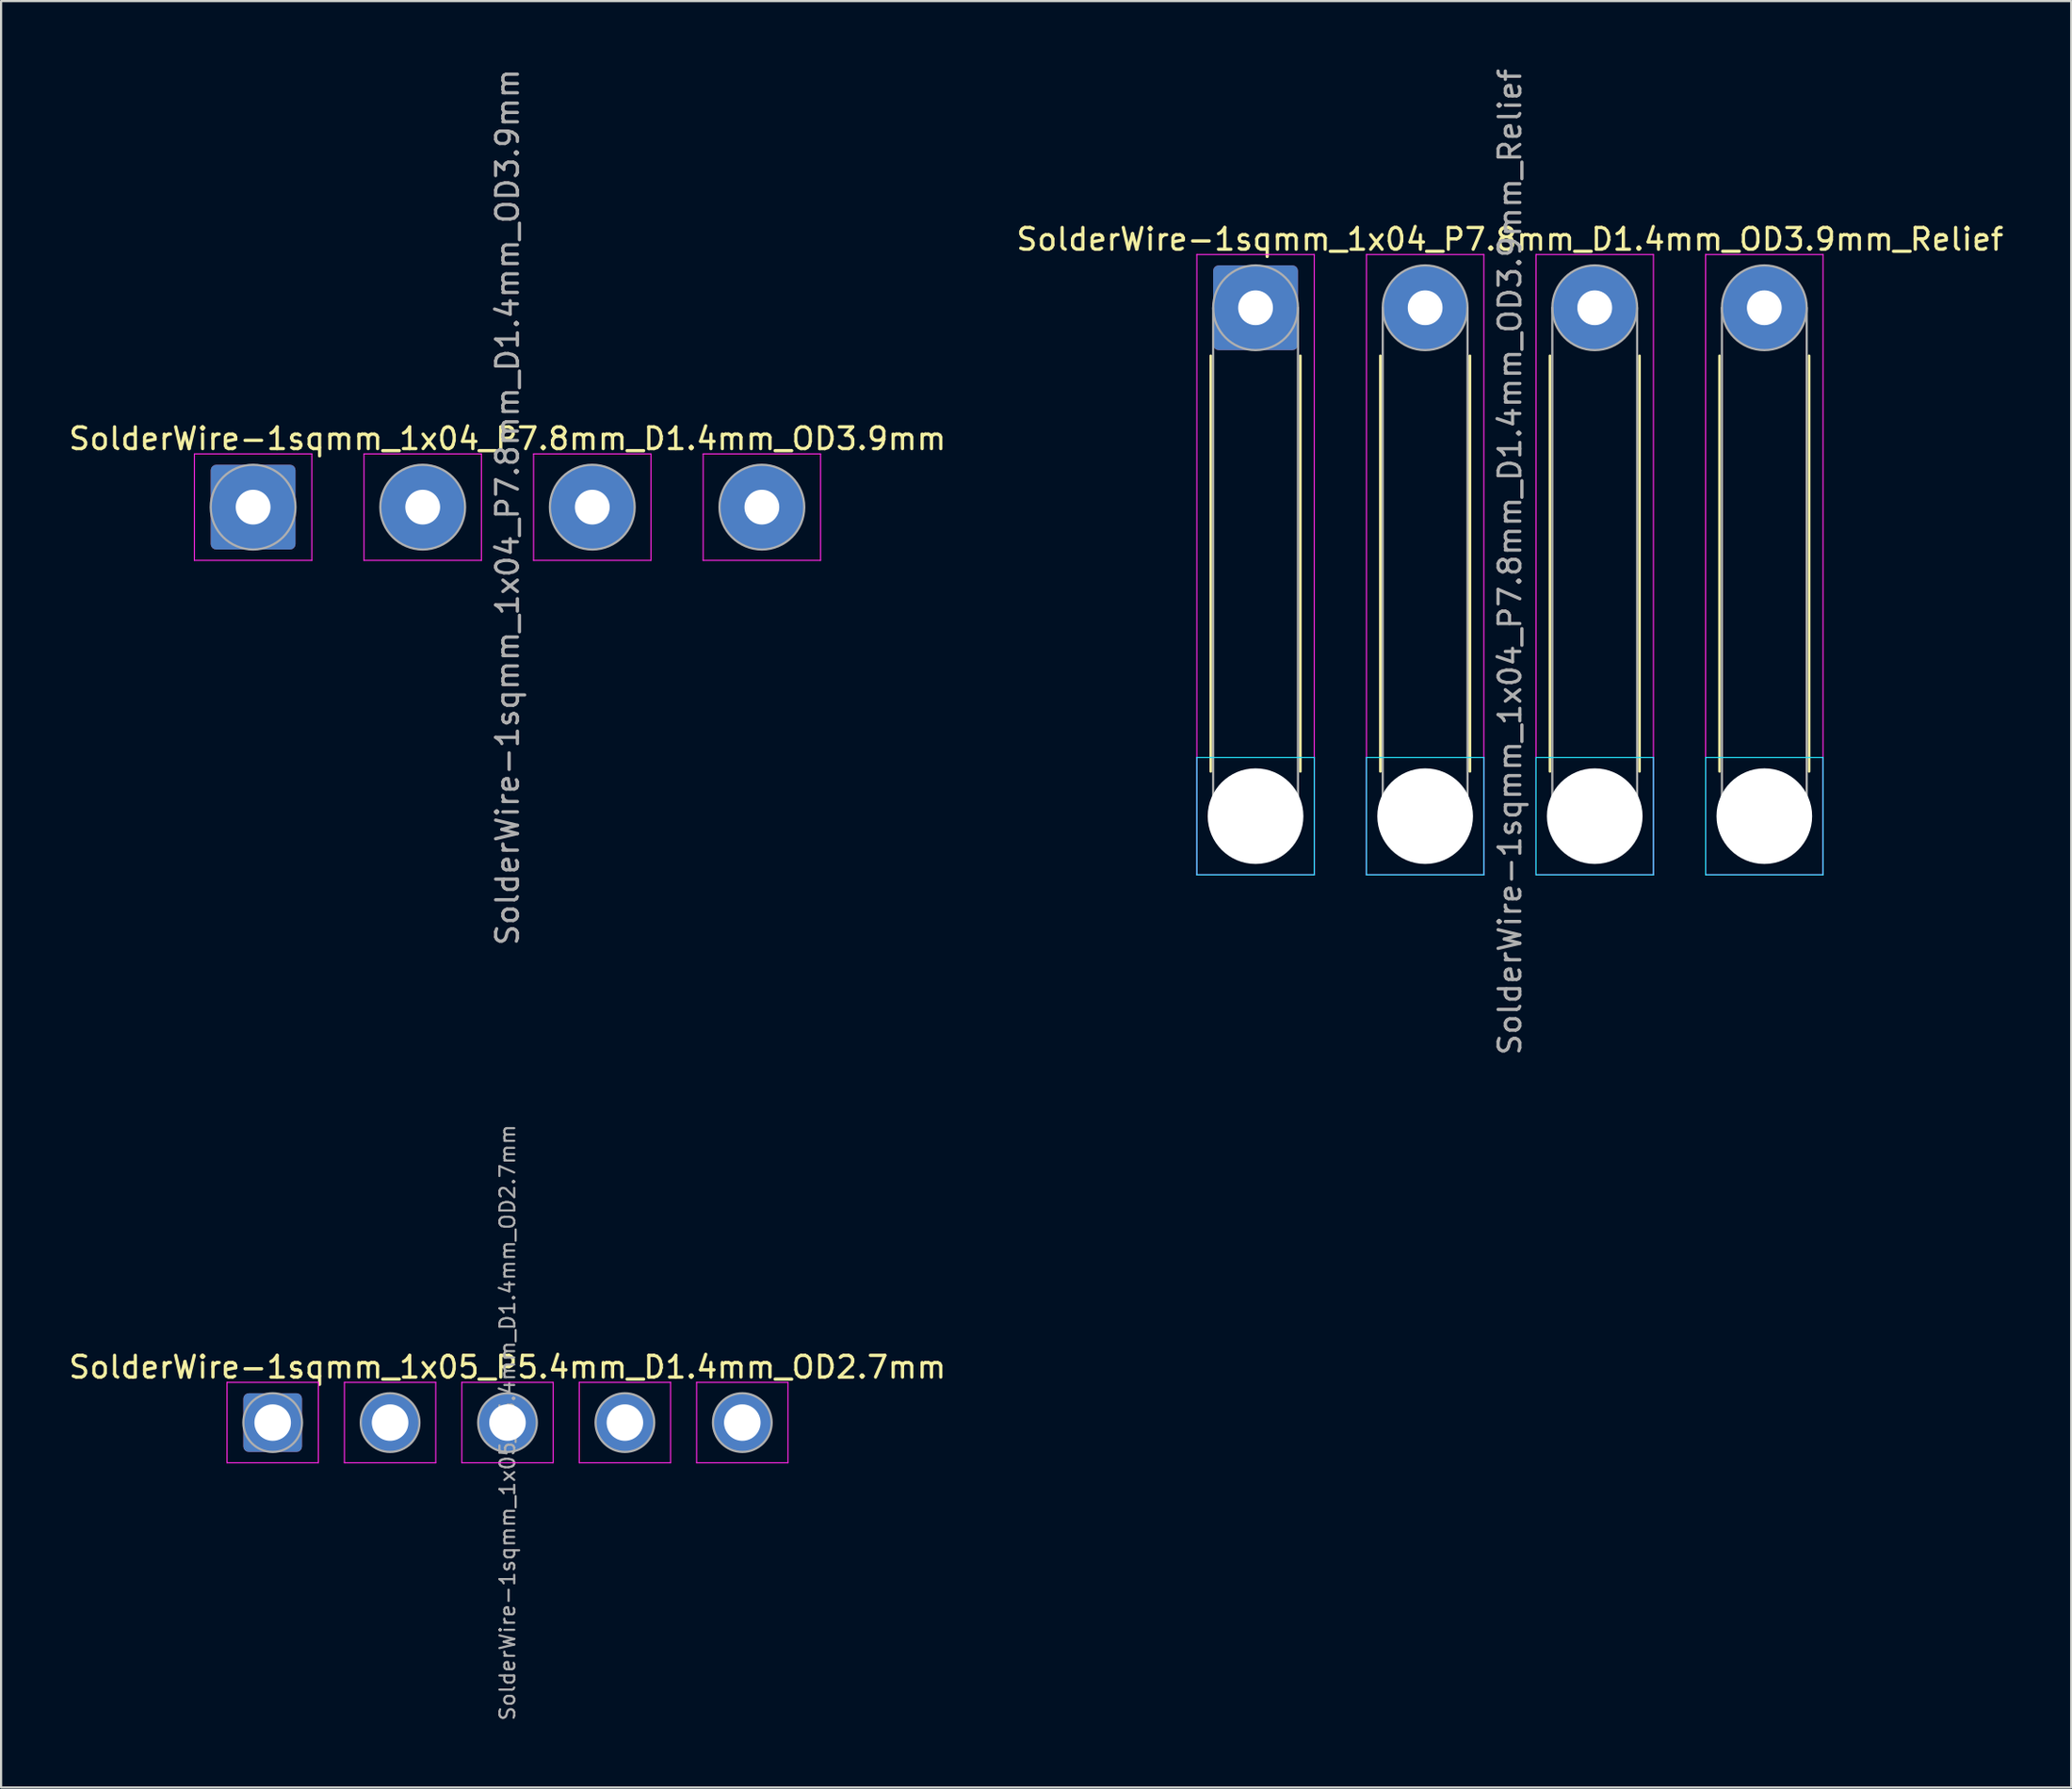
<source format=kicad_pcb>
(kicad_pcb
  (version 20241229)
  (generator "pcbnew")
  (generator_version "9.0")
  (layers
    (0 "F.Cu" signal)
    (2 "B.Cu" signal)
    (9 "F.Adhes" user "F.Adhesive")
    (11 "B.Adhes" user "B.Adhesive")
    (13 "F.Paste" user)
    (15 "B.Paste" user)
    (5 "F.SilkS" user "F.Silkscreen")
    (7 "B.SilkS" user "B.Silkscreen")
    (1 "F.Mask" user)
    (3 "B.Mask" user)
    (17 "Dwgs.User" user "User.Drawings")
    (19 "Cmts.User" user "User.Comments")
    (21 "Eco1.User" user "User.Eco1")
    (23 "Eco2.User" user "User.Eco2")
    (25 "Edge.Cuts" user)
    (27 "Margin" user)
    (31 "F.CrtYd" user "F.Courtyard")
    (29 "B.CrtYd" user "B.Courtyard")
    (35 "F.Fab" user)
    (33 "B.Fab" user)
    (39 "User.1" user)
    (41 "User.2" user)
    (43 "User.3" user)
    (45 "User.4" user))
  (footprint "SolderWire-1sqmm_1x04_P7.8mm_D1.4mm_OD3.9mm_Relief"
    (layer "F.Cu")
    (at 54.699 11.115)
    (property "Reference" "SolderWire-1sqmm_1x04_P7.8mm_D1.4mm_OD3.9mm_Relief" (at 11.7 -3.15 0) (layer "F.SilkS") (effects (font (size 1 1) (thickness 0.15))))
    (attr exclude_from_pos_files exclude_from_bom)
    (fp_line (start -2.06 2.21) (end -2.06 21.34) (stroke (width 0.12) (type solid)) (layer "F.SilkS"))
    (fp_line (start 2.06 2.21) (end 2.06 21.34) (stroke (width 0.12) (type solid)) (layer "F.SilkS"))
    (fp_line (start 5.74 2.21) (end 5.74 21.34) (stroke (width 0.12) (type solid)) (layer "F.SilkS"))
    (fp_line (start 9.86 2.21) (end 9.86 21.34) (stroke (width 0.12) (type solid)) (layer "F.SilkS"))
    (fp_line (start 13.54 2.21) (end 13.54 21.34) (stroke (width 0.12) (type solid)) (layer "F.SilkS"))
    (fp_line (start 17.66 2.21) (end 17.66 21.34) (stroke (width 0.12) (type solid)) (layer "F.SilkS"))
    (fp_line (start 21.34 2.21) (end 21.34 21.34) (stroke (width 0.12) (type solid)) (layer "F.SilkS"))
    (fp_line (start 25.46 2.21) (end 25.46 21.34) (stroke (width 0.12) (type solid)) (layer "F.SilkS"))
    (fp_line (start -2.7 20.7) (end -2.7 26.1) (stroke (width 0.05) (type solid)) (layer "B.CrtYd"))
    (fp_line (start -2.7 26.1) (end 2.7 26.1) (stroke (width 0.05) (type solid)) (layer "B.CrtYd"))
    (fp_line (start 2.7 20.7) (end -2.7 20.7) (stroke (width 0.05) (type solid)) (layer "B.CrtYd"))
    (fp_line (start 2.7 26.1) (end 2.7 20.7) (stroke (width 0.05) (type solid)) (layer "B.CrtYd"))
    (fp_line (start 5.1 20.7) (end 5.1 26.1) (stroke (width 0.05) (type solid)) (layer "B.CrtYd"))
    (fp_line (start 5.1 26.1) (end 10.5 26.1) (stroke (width 0.05) (type solid)) (layer "B.CrtYd"))
    (fp_line (start 10.5 20.7) (end 5.1 20.7) (stroke (width 0.05) (type solid)) (layer "B.CrtYd"))
    (fp_line (start 10.5 26.1) (end 10.5 20.7) (stroke (width 0.05) (type solid)) (layer "B.CrtYd"))
    (fp_line (start 12.9 20.7) (end 12.9 26.1) (stroke (width 0.05) (type solid)) (layer "B.CrtYd"))
    (fp_line (start 12.9 26.1) (end 18.3 26.1) (stroke (width 0.05) (type solid)) (layer "B.CrtYd"))
    (fp_line (start 18.3 20.7) (end 12.9 20.7) (stroke (width 0.05) (type solid)) (layer "B.CrtYd"))
    (fp_line (start 18.3 26.1) (end 18.3 20.7) (stroke (width 0.05) (type solid)) (layer "B.CrtYd"))
    (fp_line (start 20.7 20.7) (end 20.7 26.1) (stroke (width 0.05) (type solid)) (layer "B.CrtYd"))
    (fp_line (start 20.7 26.1) (end 26.1 26.1) (stroke (width 0.05) (type solid)) (layer "B.CrtYd"))
    (fp_line (start 26.1 20.7) (end 20.7 20.7) (stroke (width 0.05) (type solid)) (layer "B.CrtYd"))
    (fp_line (start 26.1 26.1) (end 26.1 20.7) (stroke (width 0.05) (type solid)) (layer "B.CrtYd"))
    (fp_line (start -2.7 -2.45) (end -2.7 26.1) (stroke (width 0.05) (type solid)) (layer "F.CrtYd"))
    (fp_line (start -2.7 26.1) (end 2.7 26.1) (stroke (width 0.05) (type solid)) (layer "F.CrtYd"))
    (fp_line (start 2.7 -2.45) (end -2.7 -2.45) (stroke (width 0.05) (type solid)) (layer "F.CrtYd"))
    (fp_line (start 2.7 26.1) (end 2.7 -2.45) (stroke (width 0.05) (type solid)) (layer "F.CrtYd"))
    (fp_line (start 5.1 -2.45) (end 5.1 26.1) (stroke (width 0.05) (type solid)) (layer "F.CrtYd"))
    (fp_line (start 5.1 26.1) (end 10.5 26.1) (stroke (width 0.05) (type solid)) (layer "F.CrtYd"))
    (fp_line (start 10.5 -2.45) (end 5.1 -2.45) (stroke (width 0.05) (type solid)) (layer "F.CrtYd"))
    (fp_line (start 10.5 26.1) (end 10.5 -2.45) (stroke (width 0.05) (type solid)) (layer "F.CrtYd"))
    (fp_line (start 12.9 -2.45) (end 12.9 26.1) (stroke (width 0.05) (type solid)) (layer "F.CrtYd"))
    (fp_line (start 12.9 26.1) (end 18.3 26.1) (stroke (width 0.05) (type solid)) (layer "F.CrtYd"))
    (fp_line (start 18.3 -2.45) (end 12.9 -2.45) (stroke (width 0.05) (type solid)) (layer "F.CrtYd"))
    (fp_line (start 18.3 26.1) (end 18.3 -2.45) (stroke (width 0.05) (type solid)) (layer "F.CrtYd"))
    (fp_line (start 20.7 -2.45) (end 20.7 26.1) (stroke (width 0.05) (type solid)) (layer "F.CrtYd"))
    (fp_line (start 20.7 26.1) (end 26.1 26.1) (stroke (width 0.05) (type solid)) (layer "F.CrtYd"))
    (fp_line (start 26.1 -2.45) (end 20.7 -2.45) (stroke (width 0.05) (type solid)) (layer "F.CrtYd"))
    (fp_line (start 26.1 26.1) (end 26.1 -2.45) (stroke (width 0.05) (type solid)) (layer "F.CrtYd"))
    (fp_line (start -1.95 0) (end -1.95 23.4) (stroke (width 0.1) (type solid)) (layer "F.Fab"))
    (fp_line (start 1.95 0) (end 1.95 23.4) (stroke (width 0.1) (type solid)) (layer "F.Fab"))
    (fp_line (start 5.85 0) (end 5.85 23.4) (stroke (width 0.1) (type solid)) (layer "F.Fab"))
    (fp_line (start 9.75 0) (end 9.75 23.4) (stroke (width 0.1) (type solid)) (layer "F.Fab"))
    (fp_line (start 13.65 0) (end 13.65 23.4) (stroke (width 0.1) (type solid)) (layer "F.Fab"))
    (fp_line (start 17.55 0) (end 17.55 23.4) (stroke (width 0.1) (type solid)) (layer "F.Fab"))
    (fp_line (start 21.45 0) (end 21.45 23.4) (stroke (width 0.1) (type solid)) (layer "F.Fab"))
    (fp_line (start 25.35 0) (end 25.35 23.4) (stroke (width 0.1) (type solid)) (layer "F.Fab"))
    (fp_circle (center 0 0) (end 1.95 0) (stroke (width 0.1) (type solid)) (fill no) (layer "F.Fab"))
    (fp_circle (center 0 23.4) (end 1.95 23.4) (stroke (width 0.1) (type solid)) (fill no) (layer "F.Fab"))
    (fp_circle (center 7.8 0) (end 9.75 0) (stroke (width 0.1) (type solid)) (fill no) (layer "F.Fab"))
    (fp_circle (center 7.8 23.4) (end 9.75 23.4) (stroke (width 0.1) (type solid)) (fill no) (layer "F.Fab"))
    (fp_circle (center 15.6 0) (end 17.55 0) (stroke (width 0.1) (type solid)) (fill no) (layer "F.Fab"))
    (fp_circle (center 15.6 23.4) (end 17.55 23.4) (stroke (width 0.1) (type solid)) (fill no) (layer "F.Fab"))
    (fp_circle (center 23.4 0) (end 25.35 0) (stroke (width 0.1) (type solid)) (fill no) (layer "F.Fab"))
    (fp_circle (center 23.4 23.4) (end 25.35 23.4) (stroke (width 0.1) (type solid)) (fill no) (layer "F.Fab"))
    (fp_text user "${REFERENCE}" (at 11.7 11.7 90) (layer "F.Fab") (effects (font (size 1 1) (thickness 0.15))))
    (pad "" np_thru_hole circle (at 0 23.4) (size 4.4 4.4) (drill 4.4) (layers "*.Cu" "*.Mask"))
    (pad "" np_thru_hole circle (at 7.8 23.4) (size 4.4 4.4) (drill 4.4) (layers "*.Cu" "*.Mask"))
    (pad "" np_thru_hole circle (at 15.6 23.4) (size 4.4 4.4) (drill 4.4) (layers "*.Cu" "*.Mask"))
    (pad "" np_thru_hole circle (at 23.4 23.4) (size 4.4 4.4) (drill 4.4) (layers "*.Cu" "*.Mask"))
    (pad "1" thru_hole roundrect (at 0 0) (size 3.9 3.9) (drill 1.6) (layers "*.Cu" "*.Mask") (roundrect_rratio 0.064))
    (pad "2" thru_hole circle (at 7.8 0) (size 3.9 3.9) (drill 1.6) (layers "*.Cu" "*.Mask"))
    (pad "3" thru_hole circle (at 15.6 0) (size 3.9 3.9) (drill 1.6) (layers "*.Cu" "*.Mask"))
    (pad "4" thru_hole circle (at 23.4 0) (size 3.9 3.9) (drill 1.6) (layers "*.Cu" "*.Mask")))
  (footprint "SolderWire-1sqmm_1x04_P7.8mm_D1.4mm_OD3.9mm"
    (layer "F.Cu")
    (at 8.592 20.292)
    (property "Reference" "SolderWire-1sqmm_1x04_P7.8mm_D1.4mm_OD3.9mm" (at 11.7 -3.15 0) (layer "F.SilkS") (effects (font (size 1 1) (thickness 0.15))))
    (attr exclude_from_pos_files exclude_from_bom)
    (fp_line (start -2.7 -2.45) (end -2.7 2.45) (stroke (width 0.05) (type solid)) (layer "F.CrtYd"))
    (fp_line (start -2.7 2.45) (end 2.7 2.45) (stroke (width 0.05) (type solid)) (layer "F.CrtYd"))
    (fp_line (start 2.7 -2.45) (end -2.7 -2.45) (stroke (width 0.05) (type solid)) (layer "F.CrtYd"))
    (fp_line (start 2.7 2.45) (end 2.7 -2.45) (stroke (width 0.05) (type solid)) (layer "F.CrtYd"))
    (fp_line (start 5.1 -2.45) (end 5.1 2.45) (stroke (width 0.05) (type solid)) (layer "F.CrtYd"))
    (fp_line (start 5.1 2.45) (end 10.5 2.45) (stroke (width 0.05) (type solid)) (layer "F.CrtYd"))
    (fp_line (start 10.5 -2.45) (end 5.1 -2.45) (stroke (width 0.05) (type solid)) (layer "F.CrtYd"))
    (fp_line (start 10.5 2.45) (end 10.5 -2.45) (stroke (width 0.05) (type solid)) (layer "F.CrtYd"))
    (fp_line (start 12.9 -2.45) (end 12.9 2.45) (stroke (width 0.05) (type solid)) (layer "F.CrtYd"))
    (fp_line (start 12.9 2.45) (end 18.3 2.45) (stroke (width 0.05) (type solid)) (layer "F.CrtYd"))
    (fp_line (start 18.3 -2.45) (end 12.9 -2.45) (stroke (width 0.05) (type solid)) (layer "F.CrtYd"))
    (fp_line (start 18.3 2.45) (end 18.3 -2.45) (stroke (width 0.05) (type solid)) (layer "F.CrtYd"))
    (fp_line (start 20.7 -2.45) (end 20.7 2.45) (stroke (width 0.05) (type solid)) (layer "F.CrtYd"))
    (fp_line (start 20.7 2.45) (end 26.1 2.45) (stroke (width 0.05) (type solid)) (layer "F.CrtYd"))
    (fp_line (start 26.1 -2.45) (end 20.7 -2.45) (stroke (width 0.05) (type solid)) (layer "F.CrtYd"))
    (fp_line (start 26.1 2.45) (end 26.1 -2.45) (stroke (width 0.05) (type solid)) (layer "F.CrtYd"))
    (fp_circle (center 0 0) (end 1.95 0) (stroke (width 0.1) (type solid)) (fill no) (layer "F.Fab"))
    (fp_circle (center 7.8 0) (end 9.75 0) (stroke (width 0.1) (type solid)) (fill no) (layer "F.Fab"))
    (fp_circle (center 15.6 0) (end 17.55 0) (stroke (width 0.1) (type solid)) (fill no) (layer "F.Fab"))
    (fp_circle (center 23.4 0) (end 25.35 0) (stroke (width 0.1) (type solid)) (fill no) (layer "F.Fab"))
    (fp_text user "${REFERENCE}" (at 11.7 0 90) (layer "F.Fab") (effects (font (size 1 1) (thickness 0.15))))
    (pad "1" thru_hole roundrect (at 0 0) (size 3.9 3.9) (drill 1.6) (layers "*.Cu" "*.Mask") (roundrect_rratio 0.064))
    (pad "2" thru_hole circle (at 7.8 0) (size 3.9 3.9) (drill 1.6) (layers "*.Cu" "*.Mask"))
    (pad "3" thru_hole circle (at 15.6 0) (size 3.9 3.9) (drill 1.6) (layers "*.Cu" "*.Mask"))
    (pad "4" thru_hole circle (at 23.4 0) (size 3.9 3.9) (drill 1.6) (layers "*.Cu" "*.Mask")))
  (footprint "SolderWire-1sqmm_1x05_P5.4mm_D1.4mm_OD2.7mm"
    (layer "F.Cu")
    (at 9.492 62.426)
    (property "Reference" "SolderWire-1sqmm_1x05_P5.4mm_D1.4mm_OD2.7mm" (at 10.8 -2.55 0) (layer "F.SilkS") (effects (font (size 1 1) (thickness 0.15))))
    (attr exclude_from_pos_files exclude_from_bom)
    (fp_line (start -2.1 -1.85) (end -2.1 1.85) (stroke (width 0.05) (type solid)) (layer "F.CrtYd"))
    (fp_line (start -2.1 1.85) (end 2.1 1.85) (stroke (width 0.05) (type solid)) (layer "F.CrtYd"))
    (fp_line (start 2.1 -1.85) (end -2.1 -1.85) (stroke (width 0.05) (type solid)) (layer "F.CrtYd"))
    (fp_line (start 2.1 1.85) (end 2.1 -1.85) (stroke (width 0.05) (type solid)) (layer "F.CrtYd"))
    (fp_line (start 3.3 -1.85) (end 3.3 1.85) (stroke (width 0.05) (type solid)) (layer "F.CrtYd"))
    (fp_line (start 3.3 1.85) (end 7.5 1.85) (stroke (width 0.05) (type solid)) (layer "F.CrtYd"))
    (fp_line (start 7.5 -1.85) (end 3.3 -1.85) (stroke (width 0.05) (type solid)) (layer "F.CrtYd"))
    (fp_line (start 7.5 1.85) (end 7.5 -1.85) (stroke (width 0.05) (type solid)) (layer "F.CrtYd"))
    (fp_line (start 8.7 -1.85) (end 8.7 1.85) (stroke (width 0.05) (type solid)) (layer "F.CrtYd"))
    (fp_line (start 8.7 1.85) (end 12.9 1.85) (stroke (width 0.05) (type solid)) (layer "F.CrtYd"))
    (fp_line (start 12.9 -1.85) (end 8.7 -1.85) (stroke (width 0.05) (type solid)) (layer "F.CrtYd"))
    (fp_line (start 12.9 1.85) (end 12.9 -1.85) (stroke (width 0.05) (type solid)) (layer "F.CrtYd"))
    (fp_line (start 14.1 -1.85) (end 14.1 1.85) (stroke (width 0.05) (type solid)) (layer "F.CrtYd"))
    (fp_line (start 14.1 1.85) (end 18.3 1.85) (stroke (width 0.05) (type solid)) (layer "F.CrtYd"))
    (fp_line (start 18.3 -1.85) (end 14.1 -1.85) (stroke (width 0.05) (type solid)) (layer "F.CrtYd"))
    (fp_line (start 18.3 1.85) (end 18.3 -1.85) (stroke (width 0.05) (type solid)) (layer "F.CrtYd"))
    (fp_line (start 19.5 -1.85) (end 19.5 1.85) (stroke (width 0.05) (type solid)) (layer "F.CrtYd"))
    (fp_line (start 19.5 1.85) (end 23.7 1.85) (stroke (width 0.05) (type solid)) (layer "F.CrtYd"))
    (fp_line (start 23.7 -1.85) (end 19.5 -1.85) (stroke (width 0.05) (type solid)) (layer "F.CrtYd"))
    (fp_line (start 23.7 1.85) (end 23.7 -1.85) (stroke (width 0.05) (type solid)) (layer "F.CrtYd"))
    (fp_circle (center 0 0) (end 1.35 0) (stroke (width 0.1) (type solid)) (fill no) (layer "F.Fab"))
    (fp_circle (center 5.4 0) (end 6.75 0) (stroke (width 0.1) (type solid)) (fill no) (layer "F.Fab"))
    (fp_circle (center 10.8 0) (end 12.15 0) (stroke (width 0.1) (type solid)) (fill no) (layer "F.Fab"))
    (fp_circle (center 16.2 0) (end 17.55 0) (stroke (width 0.1) (type solid)) (fill no) (layer "F.Fab"))
    (fp_circle (center 21.6 0) (end 22.95 0) (stroke (width 0.1) (type solid)) (fill no) (layer "F.Fab"))
    (fp_text user "${REFERENCE}" (at 10.8 0 90) (layer "F.Fab") (effects (font (size 0.68 0.68) (thickness 0.1))))
    (pad "1" thru_hole roundrect (at 0 0) (size 2.7 2.7) (drill 1.68) (layers "*.Cu" "*.Mask") (roundrect_rratio 0.093))
    (pad "2" thru_hole circle (at 5.4 0) (size 2.7 2.7) (drill 1.68) (layers "*.Cu" "*.Mask"))
    (pad "3" thru_hole circle (at 10.8 0) (size 2.7 2.7) (drill 1.68) (layers "*.Cu" "*.Mask"))
    (pad "4" thru_hole circle (at 16.2 0) (size 2.7 2.7) (drill 1.68) (layers "*.Cu" "*.Mask"))
    (pad "5" thru_hole circle (at 21.6 0) (size 2.7 2.7) (drill 1.68) (layers "*.Cu" "*.Mask")))
  (gr_rect
    (start -3 -3)
    (end 92.214 79.222)
    (stroke (width 0.1) (type default))
    (fill no)
    (layer "Edge.Cuts")))
</source>
